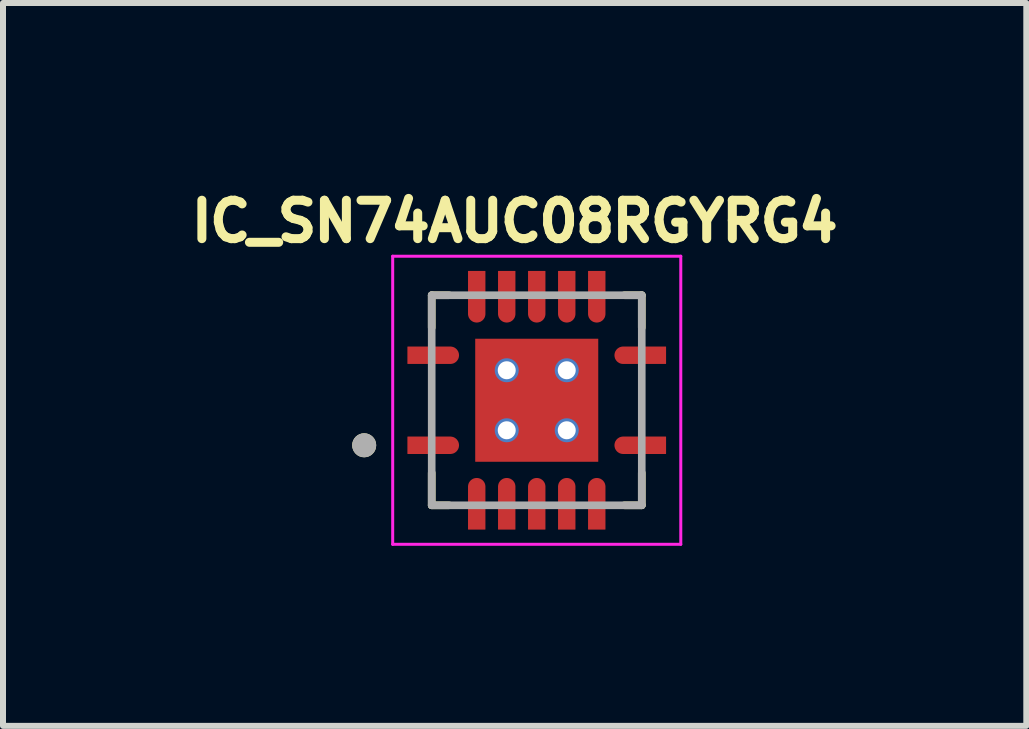
<source format=kicad_pcb>
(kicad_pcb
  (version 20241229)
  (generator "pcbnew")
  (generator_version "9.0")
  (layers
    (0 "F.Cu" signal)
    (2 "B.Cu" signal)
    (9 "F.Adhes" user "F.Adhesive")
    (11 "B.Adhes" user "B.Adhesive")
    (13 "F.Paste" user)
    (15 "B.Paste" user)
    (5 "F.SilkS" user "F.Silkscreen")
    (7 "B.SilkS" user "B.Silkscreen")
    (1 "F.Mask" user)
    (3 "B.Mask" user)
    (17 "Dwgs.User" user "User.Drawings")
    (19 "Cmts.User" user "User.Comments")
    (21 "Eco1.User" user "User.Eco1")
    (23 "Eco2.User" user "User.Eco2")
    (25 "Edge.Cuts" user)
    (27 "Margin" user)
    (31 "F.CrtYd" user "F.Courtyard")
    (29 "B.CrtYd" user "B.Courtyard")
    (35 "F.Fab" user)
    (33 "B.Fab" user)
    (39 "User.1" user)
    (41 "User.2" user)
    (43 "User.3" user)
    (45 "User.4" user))
  (footprint "IC_SN74AUC08RGYRG4"
    (layer "F.Cu")
    (at 5.893 3.619)
    (property "Reference" "IC_SN74AUC08RGYRG4" (at -0.368 -2.981 0) (layer "F.SilkS") (effects (font (size 0.64 0.64) (thickness 0.15))))
    (attr smd)
    (fp_poly (pts (xy -2.2 -0.94) (xy -2.2 -0.56) (xy -1.44 -0.56) (xy -1.43 -0.56) (xy -1.42 -0.561) (xy -1.41 -0.562) (xy -1.4 -0.564) (xy -1.391 -0.566) (xy -1.381 -0.569) (xy -1.372 -0.573) (xy -1.363 -0.576) (xy -1.354 -0.581) (xy -1.345 -0.585) (xy -1.337 -0.591) (xy -1.328 -0.596) (xy -1.32 -0.602) (xy -1.313 -0.609) (xy -1.306 -0.616) (xy -1.299 -0.623) (xy -1.292 -0.63) (xy -1.286 -0.638) (xy -1.281 -0.647) (xy -1.275 -0.655) (xy -1.271 -0.664) (xy -1.266 -0.673) (xy -1.263 -0.682) (xy -1.259 -0.691) (xy -1.256 -0.701) (xy -1.254 -0.71) (xy -1.252 -0.72) (xy -1.251 -0.73) (xy -1.25 -0.74) (xy -1.25 -0.75) (xy -1.25 -0.76) (xy -1.251 -0.77) (xy -1.252 -0.78) (xy -1.254 -0.79) (xy -1.256 -0.799) (xy -1.259 -0.809) (xy -1.263 -0.818) (xy -1.266 -0.827) (xy -1.271 -0.836) (xy -1.275 -0.845) (xy -1.281 -0.853) (xy -1.286 -0.862) (xy -1.292 -0.87) (xy -1.299 -0.877) (xy -1.306 -0.884) (xy -1.313 -0.891) (xy -1.32 -0.898) (xy -1.328 -0.904) (xy -1.337 -0.909) (xy -1.345 -0.915) (xy -1.354 -0.919) (xy -1.363 -0.924) (xy -1.372 -0.927) (xy -1.381 -0.931) (xy -1.391 -0.934) (xy -1.4 -0.936) (xy -1.41 -0.938) (xy -1.42 -0.939) (xy -1.43 -0.94) (xy -1.44 -0.94) (xy -2.2 -0.94)) (stroke (width 0.01) (type solid)) (fill yes) (layer "F.Mask"))
    (fp_poly (pts (xy -2.2 0.56) (xy -2.2 0.94) (xy -1.44 0.94) (xy -1.43 0.94) (xy -1.42 0.939) (xy -1.41 0.938) (xy -1.4 0.936) (xy -1.391 0.934) (xy -1.381 0.931) (xy -1.372 0.927) (xy -1.363 0.924) (xy -1.354 0.919) (xy -1.345 0.915) (xy -1.337 0.909) (xy -1.328 0.904) (xy -1.32 0.898) (xy -1.313 0.891) (xy -1.306 0.884) (xy -1.299 0.877) (xy -1.292 0.87) (xy -1.286 0.862) (xy -1.281 0.853) (xy -1.275 0.845) (xy -1.271 0.836) (xy -1.266 0.827) (xy -1.263 0.818) (xy -1.259 0.809) (xy -1.256 0.799) (xy -1.254 0.79) (xy -1.252 0.78) (xy -1.251 0.77) (xy -1.25 0.76) (xy -1.25 0.75) (xy -1.25 0.74) (xy -1.251 0.73) (xy -1.252 0.72) (xy -1.254 0.71) (xy -1.256 0.701) (xy -1.259 0.691) (xy -1.263 0.682) (xy -1.266 0.673) (xy -1.271 0.664) (xy -1.275 0.655) (xy -1.281 0.647) (xy -1.286 0.638) (xy -1.292 0.63) (xy -1.299 0.623) (xy -1.306 0.616) (xy -1.313 0.609) (xy -1.32 0.602) (xy -1.328 0.596) (xy -1.337 0.591) (xy -1.345 0.585) (xy -1.354 0.581) (xy -1.363 0.576) (xy -1.372 0.573) (xy -1.381 0.569) (xy -1.391 0.566) (xy -1.4 0.564) (xy -1.41 0.562) (xy -1.42 0.561) (xy -1.43 0.56) (xy -1.44 0.56) (xy -2.2 0.56)) (stroke (width 0.01) (type solid)) (fill yes) (layer "F.Mask"))
    (fp_poly (pts (xy -1.19 2.2) (xy -0.81 2.2) (xy -0.81 1.44) (xy -0.81 1.43) (xy -0.811 1.42) (xy -0.812 1.41) (xy -0.814 1.4) (xy -0.816 1.391) (xy -0.819 1.381) (xy -0.823 1.372) (xy -0.826 1.363) (xy -0.831 1.354) (xy -0.835 1.345) (xy -0.841 1.337) (xy -0.846 1.328) (xy -0.852 1.32) (xy -0.859 1.313) (xy -0.866 1.306) (xy -0.873 1.299) (xy -0.88 1.292) (xy -0.888 1.286) (xy -0.897 1.281) (xy -0.905 1.275) (xy -0.914 1.271) (xy -0.923 1.266) (xy -0.932 1.263) (xy -0.941 1.259) (xy -0.951 1.256) (xy -0.96 1.254) (xy -0.97 1.252) (xy -0.98 1.251) (xy -0.99 1.25) (xy -1 1.25) (xy -1.01 1.25) (xy -1.02 1.251) (xy -1.03 1.252) (xy -1.04 1.254) (xy -1.049 1.256) (xy -1.059 1.259) (xy -1.068 1.263) (xy -1.077 1.266) (xy -1.086 1.271) (xy -1.095 1.275) (xy -1.103 1.281) (xy -1.112 1.286) (xy -1.12 1.292) (xy -1.127 1.299) (xy -1.134 1.306) (xy -1.141 1.313) (xy -1.148 1.32) (xy -1.154 1.328) (xy -1.159 1.337) (xy -1.165 1.345) (xy -1.169 1.354) (xy -1.174 1.363) (xy -1.177 1.372) (xy -1.181 1.381) (xy -1.184 1.391) (xy -1.186 1.4) (xy -1.188 1.41) (xy -1.189 1.42) (xy -1.19 1.43) (xy -1.19 1.44) (xy -1.19 2.2)) (stroke (width 0.01) (type solid)) (fill yes) (layer "F.Mask"))
    (fp_poly (pts (xy -0.81 -2.2) (xy -1.19 -2.2) (xy -1.19 -1.44) (xy -1.19 -1.43) (xy -1.189 -1.42) (xy -1.188 -1.41) (xy -1.186 -1.4) (xy -1.184 -1.391) (xy -1.181 -1.381) (xy -1.177 -1.372) (xy -1.174 -1.363) (xy -1.169 -1.354) (xy -1.165 -1.345) (xy -1.159 -1.337) (xy -1.154 -1.328) (xy -1.148 -1.32) (xy -1.141 -1.313) (xy -1.134 -1.306) (xy -1.127 -1.299) (xy -1.12 -1.292) (xy -1.112 -1.286) (xy -1.103 -1.281) (xy -1.095 -1.275) (xy -1.086 -1.271) (xy -1.077 -1.266) (xy -1.068 -1.263) (xy -1.059 -1.259) (xy -1.049 -1.256) (xy -1.04 -1.254) (xy -1.03 -1.252) (xy -1.02 -1.251) (xy -1.01 -1.25) (xy -1 -1.25) (xy -0.99 -1.25) (xy -0.98 -1.251) (xy -0.97 -1.252) (xy -0.96 -1.254) (xy -0.951 -1.256) (xy -0.941 -1.259) (xy -0.932 -1.263) (xy -0.923 -1.266) (xy -0.914 -1.271) (xy -0.905 -1.275) (xy -0.897 -1.281) (xy -0.888 -1.286) (xy -0.88 -1.292) (xy -0.873 -1.299) (xy -0.866 -1.306) (xy -0.859 -1.313) (xy -0.852 -1.32) (xy -0.846 -1.328) (xy -0.841 -1.337) (xy -0.835 -1.345) (xy -0.831 -1.354) (xy -0.826 -1.363) (xy -0.823 -1.372) (xy -0.819 -1.381) (xy -0.816 -1.391) (xy -0.814 -1.4) (xy -0.812 -1.41) (xy -0.811 -1.42) (xy -0.81 -1.43) (xy -0.81 -1.44) (xy -0.81 -2.2)) (stroke (width 0.01) (type solid)) (fill yes) (layer "F.Mask"))
    (fp_poly (pts (xy -0.69 2.2) (xy -0.31 2.2) (xy -0.31 1.44) (xy -0.31 1.43) (xy -0.311 1.42) (xy -0.312 1.41) (xy -0.314 1.4) (xy -0.316 1.391) (xy -0.319 1.381) (xy -0.323 1.372) (xy -0.326 1.363) (xy -0.331 1.354) (xy -0.335 1.345) (xy -0.341 1.337) (xy -0.346 1.328) (xy -0.352 1.32) (xy -0.359 1.313) (xy -0.366 1.306) (xy -0.373 1.299) (xy -0.38 1.292) (xy -0.388 1.286) (xy -0.397 1.281) (xy -0.405 1.275) (xy -0.414 1.271) (xy -0.423 1.266) (xy -0.432 1.263) (xy -0.441 1.259) (xy -0.451 1.256) (xy -0.46 1.254) (xy -0.47 1.252) (xy -0.48 1.251) (xy -0.49 1.25) (xy -0.5 1.25) (xy -0.51 1.25) (xy -0.52 1.251) (xy -0.53 1.252) (xy -0.54 1.254) (xy -0.549 1.256) (xy -0.559 1.259) (xy -0.568 1.263) (xy -0.577 1.266) (xy -0.586 1.271) (xy -0.595 1.275) (xy -0.603 1.281) (xy -0.612 1.286) (xy -0.62 1.292) (xy -0.627 1.299) (xy -0.634 1.306) (xy -0.641 1.313) (xy -0.648 1.32) (xy -0.654 1.328) (xy -0.659 1.337) (xy -0.665 1.345) (xy -0.669 1.354) (xy -0.674 1.363) (xy -0.677 1.372) (xy -0.681 1.381) (xy -0.684 1.391) (xy -0.686 1.4) (xy -0.688 1.41) (xy -0.689 1.42) (xy -0.69 1.43) (xy -0.69 1.44) (xy -0.69 2.2)) (stroke (width 0.01) (type solid)) (fill yes) (layer "F.Mask"))
    (fp_poly (pts (xy -0.31 -2.2) (xy -0.69 -2.2) (xy -0.69 -1.44) (xy -0.69 -1.43) (xy -0.689 -1.42) (xy -0.688 -1.41) (xy -0.686 -1.4) (xy -0.684 -1.391) (xy -0.681 -1.381) (xy -0.677 -1.372) (xy -0.674 -1.363) (xy -0.669 -1.354) (xy -0.665 -1.345) (xy -0.659 -1.337) (xy -0.654 -1.328) (xy -0.648 -1.32) (xy -0.641 -1.313) (xy -0.634 -1.306) (xy -0.627 -1.299) (xy -0.62 -1.292) (xy -0.612 -1.286) (xy -0.603 -1.281) (xy -0.595 -1.275) (xy -0.586 -1.271) (xy -0.577 -1.266) (xy -0.568 -1.263) (xy -0.559 -1.259) (xy -0.549 -1.256) (xy -0.54 -1.254) (xy -0.53 -1.252) (xy -0.52 -1.251) (xy -0.51 -1.25) (xy -0.5 -1.25) (xy -0.49 -1.25) (xy -0.48 -1.251) (xy -0.47 -1.252) (xy -0.46 -1.254) (xy -0.451 -1.256) (xy -0.441 -1.259) (xy -0.432 -1.263) (xy -0.423 -1.266) (xy -0.414 -1.271) (xy -0.405 -1.275) (xy -0.397 -1.281) (xy -0.388 -1.286) (xy -0.38 -1.292) (xy -0.373 -1.299) (xy -0.366 -1.306) (xy -0.359 -1.313) (xy -0.352 -1.32) (xy -0.346 -1.328) (xy -0.341 -1.337) (xy -0.335 -1.345) (xy -0.331 -1.354) (xy -0.326 -1.363) (xy -0.323 -1.372) (xy -0.319 -1.381) (xy -0.316 -1.391) (xy -0.314 -1.4) (xy -0.312 -1.41) (xy -0.311 -1.42) (xy -0.31 -1.43) (xy -0.31 -1.44) (xy -0.31 -2.2)) (stroke (width 0.01) (type solid)) (fill yes) (layer "F.Mask"))
    (fp_poly (pts (xy -0.19 2.2) (xy 0.19 2.2) (xy 0.19 1.44) (xy 0.19 1.43) (xy 0.189 1.42) (xy 0.188 1.41) (xy 0.186 1.4) (xy 0.184 1.391) (xy 0.181 1.381) (xy 0.177 1.372) (xy 0.174 1.363) (xy 0.169 1.354) (xy 0.165 1.345) (xy 0.159 1.337) (xy 0.154 1.328) (xy 0.148 1.32) (xy 0.141 1.313) (xy 0.134 1.306) (xy 0.127 1.299) (xy 0.12 1.292) (xy 0.112 1.286) (xy 0.103 1.281) (xy 0.095 1.275) (xy 0.086 1.271) (xy 0.077 1.266) (xy 0.068 1.263) (xy 0.059 1.259) (xy 0.049 1.256) (xy 0.04 1.254) (xy 0.03 1.252) (xy 0.02 1.251) (xy 0.01 1.25) (xy 0 1.25) (xy -0.01 1.25) (xy -0.02 1.251) (xy -0.03 1.252) (xy -0.04 1.254) (xy -0.049 1.256) (xy -0.059 1.259) (xy -0.068 1.263) (xy -0.077 1.266) (xy -0.086 1.271) (xy -0.095 1.275) (xy -0.103 1.281) (xy -0.112 1.286) (xy -0.12 1.292) (xy -0.127 1.299) (xy -0.134 1.306) (xy -0.141 1.313) (xy -0.148 1.32) (xy -0.154 1.328) (xy -0.159 1.337) (xy -0.165 1.345) (xy -0.169 1.354) (xy -0.174 1.363) (xy -0.177 1.372) (xy -0.181 1.381) (xy -0.184 1.391) (xy -0.186 1.4) (xy -0.188 1.41) (xy -0.189 1.42) (xy -0.19 1.43) (xy -0.19 1.44) (xy -0.19 2.2)) (stroke (width 0.01) (type solid)) (fill yes) (layer "F.Mask"))
    (fp_poly (pts (xy 0.19 -2.2) (xy -0.19 -2.2) (xy -0.19 -1.44) (xy -0.19 -1.43) (xy -0.189 -1.42) (xy -0.188 -1.41) (xy -0.186 -1.4) (xy -0.184 -1.391) (xy -0.181 -1.381) (xy -0.177 -1.372) (xy -0.174 -1.363) (xy -0.169 -1.354) (xy -0.165 -1.345) (xy -0.159 -1.337) (xy -0.154 -1.328) (xy -0.148 -1.32) (xy -0.141 -1.313) (xy -0.134 -1.306) (xy -0.127 -1.299) (xy -0.12 -1.292) (xy -0.112 -1.286) (xy -0.103 -1.281) (xy -0.095 -1.275) (xy -0.086 -1.271) (xy -0.077 -1.266) (xy -0.068 -1.263) (xy -0.059 -1.259) (xy -0.049 -1.256) (xy -0.04 -1.254) (xy -0.03 -1.252) (xy -0.02 -1.251) (xy -0.01 -1.25) (xy 0 -1.25) (xy 0.01 -1.25) (xy 0.02 -1.251) (xy 0.03 -1.252) (xy 0.04 -1.254) (xy 0.049 -1.256) (xy 0.059 -1.259) (xy 0.068 -1.263) (xy 0.077 -1.266) (xy 0.086 -1.271) (xy 0.095 -1.275) (xy 0.103 -1.281) (xy 0.112 -1.286) (xy 0.12 -1.292) (xy 0.127 -1.299) (xy 0.134 -1.306) (xy 0.141 -1.313) (xy 0.148 -1.32) (xy 0.154 -1.328) (xy 0.159 -1.337) (xy 0.165 -1.345) (xy 0.169 -1.354) (xy 0.174 -1.363) (xy 0.177 -1.372) (xy 0.181 -1.381) (xy 0.184 -1.391) (xy 0.186 -1.4) (xy 0.188 -1.41) (xy 0.189 -1.42) (xy 0.19 -1.43) (xy 0.19 -1.44) (xy 0.19 -2.2)) (stroke (width 0.01) (type solid)) (fill yes) (layer "F.Mask"))
    (fp_poly (pts (xy 0.31 2.2) (xy 0.69 2.2) (xy 0.69 1.44) (xy 0.69 1.43) (xy 0.689 1.42) (xy 0.688 1.41) (xy 0.686 1.4) (xy 0.684 1.391) (xy 0.681 1.381) (xy 0.677 1.372) (xy 0.674 1.363) (xy 0.669 1.354) (xy 0.665 1.345) (xy 0.659 1.337) (xy 0.654 1.328) (xy 0.648 1.32) (xy 0.641 1.313) (xy 0.634 1.306) (xy 0.627 1.299) (xy 0.62 1.292) (xy 0.612 1.286) (xy 0.603 1.281) (xy 0.595 1.275) (xy 0.586 1.271) (xy 0.577 1.266) (xy 0.568 1.263) (xy 0.559 1.259) (xy 0.549 1.256) (xy 0.54 1.254) (xy 0.53 1.252) (xy 0.52 1.251) (xy 0.51 1.25) (xy 0.5 1.25) (xy 0.49 1.25) (xy 0.48 1.251) (xy 0.47 1.252) (xy 0.46 1.254) (xy 0.451 1.256) (xy 0.441 1.259) (xy 0.432 1.263) (xy 0.423 1.266) (xy 0.414 1.271) (xy 0.405 1.275) (xy 0.397 1.281) (xy 0.388 1.286) (xy 0.38 1.292) (xy 0.373 1.299) (xy 0.366 1.306) (xy 0.359 1.313) (xy 0.352 1.32) (xy 0.346 1.328) (xy 0.341 1.337) (xy 0.335 1.345) (xy 0.331 1.354) (xy 0.326 1.363) (xy 0.323 1.372) (xy 0.319 1.381) (xy 0.316 1.391) (xy 0.314 1.4) (xy 0.312 1.41) (xy 0.311 1.42) (xy 0.31 1.43) (xy 0.31 1.44) (xy 0.31 2.2)) (stroke (width 0.01) (type solid)) (fill yes) (layer "F.Mask"))
    (fp_poly (pts (xy 0.69 -2.2) (xy 0.31 -2.2) (xy 0.31 -1.44) (xy 0.31 -1.43) (xy 0.311 -1.42) (xy 0.312 -1.41) (xy 0.314 -1.4) (xy 0.316 -1.391) (xy 0.319 -1.381) (xy 0.323 -1.372) (xy 0.326 -1.363) (xy 0.331 -1.354) (xy 0.335 -1.345) (xy 0.341 -1.337) (xy 0.346 -1.328) (xy 0.352 -1.32) (xy 0.359 -1.313) (xy 0.366 -1.306) (xy 0.373 -1.299) (xy 0.38 -1.292) (xy 0.388 -1.286) (xy 0.397 -1.281) (xy 0.405 -1.275) (xy 0.414 -1.271) (xy 0.423 -1.266) (xy 0.432 -1.263) (xy 0.441 -1.259) (xy 0.451 -1.256) (xy 0.46 -1.254) (xy 0.47 -1.252) (xy 0.48 -1.251) (xy 0.49 -1.25) (xy 0.5 -1.25) (xy 0.51 -1.25) (xy 0.52 -1.251) (xy 0.53 -1.252) (xy 0.54 -1.254) (xy 0.549 -1.256) (xy 0.559 -1.259) (xy 0.568 -1.263) (xy 0.577 -1.266) (xy 0.586 -1.271) (xy 0.595 -1.275) (xy 0.603 -1.281) (xy 0.612 -1.286) (xy 0.62 -1.292) (xy 0.627 -1.299) (xy 0.634 -1.306) (xy 0.641 -1.313) (xy 0.648 -1.32) (xy 0.654 -1.328) (xy 0.659 -1.337) (xy 0.665 -1.345) (xy 0.669 -1.354) (xy 0.674 -1.363) (xy 0.677 -1.372) (xy 0.681 -1.381) (xy 0.684 -1.391) (xy 0.686 -1.4) (xy 0.688 -1.41) (xy 0.689 -1.42) (xy 0.69 -1.43) (xy 0.69 -1.44) (xy 0.69 -2.2)) (stroke (width 0.01) (type solid)) (fill yes) (layer "F.Mask"))
    (fp_poly (pts (xy 0.81 2.2) (xy 1.19 2.2) (xy 1.19 1.44) (xy 1.19 1.43) (xy 1.189 1.42) (xy 1.188 1.41) (xy 1.186 1.4) (xy 1.184 1.391) (xy 1.181 1.381) (xy 1.177 1.372) (xy 1.174 1.363) (xy 1.169 1.354) (xy 1.165 1.345) (xy 1.159 1.337) (xy 1.154 1.328) (xy 1.148 1.32) (xy 1.141 1.313) (xy 1.134 1.306) (xy 1.127 1.299) (xy 1.12 1.292) (xy 1.112 1.286) (xy 1.103 1.281) (xy 1.095 1.275) (xy 1.086 1.271) (xy 1.077 1.266) (xy 1.068 1.263) (xy 1.059 1.259) (xy 1.049 1.256) (xy 1.04 1.254) (xy 1.03 1.252) (xy 1.02 1.251) (xy 1.01 1.25) (xy 1 1.25) (xy 0.99 1.25) (xy 0.98 1.251) (xy 0.97 1.252) (xy 0.96 1.254) (xy 0.951 1.256) (xy 0.941 1.259) (xy 0.932 1.263) (xy 0.923 1.266) (xy 0.914 1.271) (xy 0.905 1.275) (xy 0.897 1.281) (xy 0.888 1.286) (xy 0.88 1.292) (xy 0.873 1.299) (xy 0.866 1.306) (xy 0.859 1.313) (xy 0.852 1.32) (xy 0.846 1.328) (xy 0.841 1.337) (xy 0.835 1.345) (xy 0.831 1.354) (xy 0.826 1.363) (xy 0.823 1.372) (xy 0.819 1.381) (xy 0.816 1.391) (xy 0.814 1.4) (xy 0.812 1.41) (xy 0.811 1.42) (xy 0.81 1.43) (xy 0.81 1.44) (xy 0.81 2.2)) (stroke (width 0.01) (type solid)) (fill yes) (layer "F.Mask"))
    (fp_poly (pts (xy 1.19 -2.2) (xy 0.81 -2.2) (xy 0.81 -1.44) (xy 0.81 -1.43) (xy 0.811 -1.42) (xy 0.812 -1.41) (xy 0.814 -1.4) (xy 0.816 -1.391) (xy 0.819 -1.381) (xy 0.823 -1.372) (xy 0.826 -1.363) (xy 0.831 -1.354) (xy 0.835 -1.345) (xy 0.841 -1.337) (xy 0.846 -1.328) (xy 0.852 -1.32) (xy 0.859 -1.313) (xy 0.866 -1.306) (xy 0.873 -1.299) (xy 0.88 -1.292) (xy 0.888 -1.286) (xy 0.897 -1.281) (xy 0.905 -1.275) (xy 0.914 -1.271) (xy 0.923 -1.266) (xy 0.932 -1.263) (xy 0.941 -1.259) (xy 0.951 -1.256) (xy 0.96 -1.254) (xy 0.97 -1.252) (xy 0.98 -1.251) (xy 0.99 -1.25) (xy 1 -1.25) (xy 1.01 -1.25) (xy 1.02 -1.251) (xy 1.03 -1.252) (xy 1.04 -1.254) (xy 1.049 -1.256) (xy 1.059 -1.259) (xy 1.068 -1.263) (xy 1.077 -1.266) (xy 1.086 -1.271) (xy 1.095 -1.275) (xy 1.103 -1.281) (xy 1.112 -1.286) (xy 1.12 -1.292) (xy 1.127 -1.299) (xy 1.134 -1.306) (xy 1.141 -1.313) (xy 1.148 -1.32) (xy 1.154 -1.328) (xy 1.159 -1.337) (xy 1.165 -1.345) (xy 1.169 -1.354) (xy 1.174 -1.363) (xy 1.177 -1.372) (xy 1.181 -1.381) (xy 1.184 -1.391) (xy 1.186 -1.4) (xy 1.188 -1.41) (xy 1.189 -1.42) (xy 1.19 -1.43) (xy 1.19 -1.44) (xy 1.19 -2.2)) (stroke (width 0.01) (type solid)) (fill yes) (layer "F.Mask"))
    (fp_poly (pts (xy 2.2 -0.94) (xy 2.2 -0.56) (xy 1.44 -0.56) (xy 1.43 -0.56) (xy 1.42 -0.561) (xy 1.41 -0.562) (xy 1.4 -0.564) (xy 1.391 -0.566) (xy 1.381 -0.569) (xy 1.372 -0.573) (xy 1.363 -0.576) (xy 1.354 -0.581) (xy 1.345 -0.585) (xy 1.337 -0.591) (xy 1.328 -0.596) (xy 1.32 -0.602) (xy 1.313 -0.609) (xy 1.306 -0.616) (xy 1.299 -0.623) (xy 1.292 -0.63) (xy 1.286 -0.638) (xy 1.281 -0.647) (xy 1.275 -0.655) (xy 1.271 -0.664) (xy 1.266 -0.673) (xy 1.263 -0.682) (xy 1.259 -0.691) (xy 1.256 -0.701) (xy 1.254 -0.71) (xy 1.252 -0.72) (xy 1.251 -0.73) (xy 1.25 -0.74) (xy 1.25 -0.75) (xy 1.25 -0.76) (xy 1.251 -0.77) (xy 1.252 -0.78) (xy 1.254 -0.79) (xy 1.256 -0.799) (xy 1.259 -0.809) (xy 1.263 -0.818) (xy 1.266 -0.827) (xy 1.271 -0.836) (xy 1.275 -0.845) (xy 1.281 -0.853) (xy 1.286 -0.862) (xy 1.292 -0.87) (xy 1.299 -0.877) (xy 1.306 -0.884) (xy 1.313 -0.891) (xy 1.32 -0.898) (xy 1.328 -0.904) (xy 1.337 -0.909) (xy 1.345 -0.915) (xy 1.354 -0.919) (xy 1.363 -0.924) (xy 1.372 -0.927) (xy 1.381 -0.931) (xy 1.391 -0.934) (xy 1.4 -0.936) (xy 1.41 -0.938) (xy 1.42 -0.939) (xy 1.43 -0.94) (xy 1.44 -0.94) (xy 2.2 -0.94)) (stroke (width 0.01) (type solid)) (fill yes) (layer "F.Mask"))
    (fp_poly (pts (xy 2.2 0.56) (xy 2.2 0.94) (xy 1.44 0.94) (xy 1.43 0.94) (xy 1.42 0.939) (xy 1.41 0.938) (xy 1.4 0.936) (xy 1.391 0.934) (xy 1.381 0.931) (xy 1.372 0.927) (xy 1.363 0.924) (xy 1.354 0.919) (xy 1.345 0.915) (xy 1.337 0.909) (xy 1.328 0.904) (xy 1.32 0.898) (xy 1.313 0.891) (xy 1.306 0.884) (xy 1.299 0.877) (xy 1.292 0.87) (xy 1.286 0.862) (xy 1.281 0.853) (xy 1.275 0.845) (xy 1.271 0.836) (xy 1.266 0.827) (xy 1.263 0.818) (xy 1.259 0.809) (xy 1.256 0.799) (xy 1.254 0.79) (xy 1.252 0.78) (xy 1.251 0.77) (xy 1.25 0.76) (xy 1.25 0.75) (xy 1.25 0.74) (xy 1.251 0.73) (xy 1.252 0.72) (xy 1.254 0.71) (xy 1.256 0.701) (xy 1.259 0.691) (xy 1.263 0.682) (xy 1.266 0.673) (xy 1.271 0.664) (xy 1.275 0.655) (xy 1.281 0.647) (xy 1.286 0.638) (xy 1.292 0.63) (xy 1.299 0.623) (xy 1.306 0.616) (xy 1.313 0.609) (xy 1.32 0.602) (xy 1.328 0.596) (xy 1.337 0.591) (xy 1.345 0.585) (xy 1.354 0.581) (xy 1.363 0.576) (xy 1.372 0.573) (xy 1.381 0.569) (xy 1.391 0.566) (xy 1.4 0.564) (xy 1.41 0.562) (xy 1.42 0.561) (xy 1.43 0.56) (xy 1.44 0.56) (xy 2.2 0.56)) (stroke (width 0.01) (type solid)) (fill yes) (layer "F.Mask"))
    (fp_line (start -1.75 -1.75) (end -1.46 -1.75) (stroke (width 0.127) (type solid)) (layer "F.SilkS"))
    (fp_line (start -1.75 -1.21) (end -1.75 -1.75) (stroke (width 0.127) (type solid)) (layer "F.SilkS"))
    (fp_line (start -1.75 1.75) (end -1.75 1.21) (stroke (width 0.127) (type solid)) (layer "F.SilkS"))
    (fp_line (start -1.46 1.75) (end -1.75 1.75) (stroke (width 0.127) (type solid)) (layer "F.SilkS"))
    (fp_line (start 1.46 -1.75) (end 1.75 -1.75) (stroke (width 0.127) (type solid)) (layer "F.SilkS"))
    (fp_line (start 1.75 -1.75) (end 1.75 -1.21) (stroke (width 0.127) (type solid)) (layer "F.SilkS"))
    (fp_line (start 1.75 1.75) (end 1.46 1.75) (stroke (width 0.127) (type solid)) (layer "F.SilkS"))
    (fp_line (start 1.75 1.75) (end 1.75 1.21) (stroke (width 0.127) (type solid)) (layer "F.SilkS"))
    (fp_circle (center -2.875 0.75) (end -2.775 0.75) (stroke (width 0.2) (type solid)) (fill no) (layer "F.SilkS"))
    (fp_poly (pts (xy -0.97 -0.97) (xy -0.15 -0.97) (xy -0.15 -0.15) (xy -0.97 -0.15)) (stroke (width 0.01) (type solid)) (fill yes) (layer "F.Paste"))
    (fp_poly (pts (xy -0.97 0.15) (xy -0.15 0.15) (xy -0.15 0.97) (xy -0.97 0.97)) (stroke (width 0.01) (type solid)) (fill yes) (layer "F.Paste"))
    (fp_poly (pts (xy 0.15 -0.97) (xy 0.97 -0.97) (xy 0.97 -0.15) (xy 0.15 -0.15)) (stroke (width 0.01) (type solid)) (fill yes) (layer "F.Paste"))
    (fp_poly (pts (xy 0.15 0.15) (xy 0.97 0.15) (xy 0.97 0.97) (xy 0.15 0.97)) (stroke (width 0.01) (type solid)) (fill yes) (layer "F.Paste"))
    (fp_poly (pts (xy -2.125 -0.865) (xy -2.125 -0.635) (xy -1.44 -0.635) (xy -1.434 -0.635) (xy -1.428 -0.636) (xy -1.422 -0.636) (xy -1.416 -0.638) (xy -1.41 -0.639) (xy -1.404 -0.641) (xy -1.399 -0.643) (xy -1.393 -0.645) (xy -1.388 -0.648) (xy -1.382 -0.65) (xy -1.377 -0.654) (xy -1.372 -0.657) (xy -1.368 -0.661) (xy -1.363 -0.665) (xy -1.359 -0.669) (xy -1.355 -0.673) (xy -1.351 -0.678) (xy -1.347 -0.682) (xy -1.344 -0.687) (xy -1.34 -0.693) (xy -1.338 -0.698) (xy -1.335 -0.703) (xy -1.333 -0.709) (xy -1.331 -0.714) (xy -1.329 -0.72) (xy -1.328 -0.726) (xy -1.326 -0.732) (xy -1.326 -0.738) (xy -1.325 -0.744) (xy -1.325 -0.75) (xy -1.325 -0.756) (xy -1.326 -0.762) (xy -1.326 -0.768) (xy -1.328 -0.774) (xy -1.329 -0.78) (xy -1.331 -0.786) (xy -1.333 -0.791) (xy -1.335 -0.797) (xy -1.338 -0.802) (xy -1.34 -0.807) (xy -1.344 -0.813) (xy -1.347 -0.818) (xy -1.351 -0.822) (xy -1.355 -0.827) (xy -1.359 -0.831) (xy -1.363 -0.835) (xy -1.368 -0.839) (xy -1.372 -0.843) (xy -1.377 -0.846) (xy -1.382 -0.85) (xy -1.388 -0.852) (xy -1.393 -0.855) (xy -1.399 -0.857) (xy -1.404 -0.859) (xy -1.41 -0.861) (xy -1.416 -0.862) (xy -1.422 -0.864) (xy -1.428 -0.864) (xy -1.434 -0.865) (xy -1.44 -0.865) (xy -2.125 -0.865)) (stroke (width 0.01) (type solid)) (fill yes) (layer "F.Paste"))
    (fp_poly (pts (xy -2.125 0.635) (xy -2.125 0.865) (xy -1.44 0.865) (xy -1.434 0.865) (xy -1.428 0.864) (xy -1.422 0.864) (xy -1.416 0.862) (xy -1.41 0.861) (xy -1.404 0.859) (xy -1.399 0.857) (xy -1.393 0.855) (xy -1.388 0.852) (xy -1.382 0.85) (xy -1.377 0.846) (xy -1.372 0.843) (xy -1.368 0.839) (xy -1.363 0.835) (xy -1.359 0.831) (xy -1.355 0.827) (xy -1.351 0.822) (xy -1.347 0.818) (xy -1.344 0.813) (xy -1.34 0.807) (xy -1.338 0.802) (xy -1.335 0.797) (xy -1.333 0.791) (xy -1.331 0.786) (xy -1.329 0.78) (xy -1.328 0.774) (xy -1.326 0.768) (xy -1.326 0.762) (xy -1.325 0.756) (xy -1.325 0.75) (xy -1.325 0.744) (xy -1.326 0.738) (xy -1.326 0.732) (xy -1.328 0.726) (xy -1.329 0.72) (xy -1.331 0.714) (xy -1.333 0.709) (xy -1.335 0.703) (xy -1.338 0.698) (xy -1.34 0.693) (xy -1.344 0.687) (xy -1.347 0.682) (xy -1.351 0.678) (xy -1.355 0.673) (xy -1.359 0.669) (xy -1.363 0.665) (xy -1.368 0.661) (xy -1.372 0.657) (xy -1.377 0.654) (xy -1.382 0.65) (xy -1.388 0.648) (xy -1.393 0.645) (xy -1.399 0.643) (xy -1.404 0.641) (xy -1.41 0.639) (xy -1.416 0.638) (xy -1.422 0.636) (xy -1.428 0.636) (xy -1.434 0.635) (xy -1.44 0.635) (xy -2.125 0.635)) (stroke (width 0.01) (type solid)) (fill yes) (layer "F.Paste"))
    (fp_poly (pts (xy -1.115 2.125) (xy -0.885 2.125) (xy -0.885 1.44) (xy -0.885 1.434) (xy -0.886 1.428) (xy -0.886 1.422) (xy -0.888 1.416) (xy -0.889 1.41) (xy -0.891 1.404) (xy -0.893 1.399) (xy -0.895 1.393) (xy -0.898 1.388) (xy -0.9 1.383) (xy -0.904 1.377) (xy -0.907 1.372) (xy -0.911 1.368) (xy -0.915 1.363) (xy -0.919 1.359) (xy -0.923 1.355) (xy -0.928 1.351) (xy -0.932 1.347) (xy -0.937 1.344) (xy -0.943 1.34) (xy -0.948 1.338) (xy -0.953 1.335) (xy -0.959 1.333) (xy -0.964 1.331) (xy -0.97 1.329) (xy -0.976 1.328) (xy -0.982 1.326) (xy -0.988 1.326) (xy -0.994 1.325) (xy -1 1.325) (xy -1.006 1.325) (xy -1.012 1.326) (xy -1.018 1.326) (xy -1.024 1.328) (xy -1.03 1.329) (xy -1.036 1.331) (xy -1.041 1.333) (xy -1.047 1.335) (xy -1.052 1.338) (xy -1.057 1.34) (xy -1.063 1.344) (xy -1.068 1.347) (xy -1.072 1.351) (xy -1.077 1.355) (xy -1.081 1.359) (xy -1.085 1.363) (xy -1.089 1.368) (xy -1.093 1.372) (xy -1.096 1.377) (xy -1.1 1.383) (xy -1.102 1.388) (xy -1.105 1.393) (xy -1.107 1.399) (xy -1.109 1.404) (xy -1.111 1.41) (xy -1.112 1.416) (xy -1.114 1.422) (xy -1.114 1.428) (xy -1.115 1.434) (xy -1.115 1.44) (xy -1.115 2.125)) (stroke (width 0.01) (type solid)) (fill yes) (layer "F.Paste"))
    (fp_poly (pts (xy -0.885 -2.125) (xy -1.115 -2.125) (xy -1.115 -1.44) (xy -1.115 -1.434) (xy -1.114 -1.428) (xy -1.114 -1.422) (xy -1.112 -1.416) (xy -1.111 -1.41) (xy -1.109 -1.404) (xy -1.107 -1.399) (xy -1.105 -1.393) (xy -1.102 -1.388) (xy -1.1 -1.382) (xy -1.096 -1.377) (xy -1.093 -1.372) (xy -1.089 -1.368) (xy -1.085 -1.363) (xy -1.081 -1.359) (xy -1.077 -1.355) (xy -1.072 -1.351) (xy -1.068 -1.347) (xy -1.063 -1.344) (xy -1.058 -1.34) (xy -1.052 -1.338) (xy -1.047 -1.335) (xy -1.041 -1.333) (xy -1.036 -1.331) (xy -1.03 -1.329) (xy -1.024 -1.328) (xy -1.018 -1.326) (xy -1.012 -1.326) (xy -1.006 -1.325) (xy -1 -1.325) (xy -0.994 -1.325) (xy -0.988 -1.326) (xy -0.982 -1.326) (xy -0.976 -1.328) (xy -0.97 -1.329) (xy -0.964 -1.331) (xy -0.959 -1.333) (xy -0.953 -1.335) (xy -0.948 -1.338) (xy -0.943 -1.34) (xy -0.937 -1.344) (xy -0.932 -1.347) (xy -0.928 -1.351) (xy -0.923 -1.355) (xy -0.919 -1.359) (xy -0.915 -1.363) (xy -0.911 -1.368) (xy -0.907 -1.372) (xy -0.904 -1.377) (xy -0.9 -1.383) (xy -0.898 -1.388) (xy -0.895 -1.393) (xy -0.893 -1.399) (xy -0.891 -1.404) (xy -0.889 -1.41) (xy -0.888 -1.416) (xy -0.886 -1.422) (xy -0.886 -1.428) (xy -0.885 -1.434) (xy -0.885 -1.44) (xy -0.885 -2.125)) (stroke (width 0.01) (type solid)) (fill yes) (layer "F.Paste"))
    (fp_poly (pts (xy -0.615 2.125) (xy -0.385 2.125) (xy -0.385 1.44) (xy -0.385 1.434) (xy -0.386 1.428) (xy -0.386 1.422) (xy -0.388 1.416) (xy -0.389 1.41) (xy -0.391 1.404) (xy -0.393 1.399) (xy -0.395 1.393) (xy -0.398 1.388) (xy -0.4 1.383) (xy -0.404 1.377) (xy -0.407 1.372) (xy -0.411 1.368) (xy -0.415 1.363) (xy -0.419 1.359) (xy -0.423 1.355) (xy -0.428 1.351) (xy -0.432 1.347) (xy -0.437 1.344) (xy -0.443 1.34) (xy -0.448 1.338) (xy -0.453 1.335) (xy -0.459 1.333) (xy -0.464 1.331) (xy -0.47 1.329) (xy -0.476 1.328) (xy -0.482 1.326) (xy -0.488 1.326) (xy -0.494 1.325) (xy -0.5 1.325) (xy -0.506 1.325) (xy -0.512 1.326) (xy -0.518 1.326) (xy -0.524 1.328) (xy -0.53 1.329) (xy -0.536 1.331) (xy -0.541 1.333) (xy -0.547 1.335) (xy -0.552 1.338) (xy -0.557 1.34) (xy -0.563 1.344) (xy -0.568 1.347) (xy -0.572 1.351) (xy -0.577 1.355) (xy -0.581 1.359) (xy -0.585 1.363) (xy -0.589 1.368) (xy -0.593 1.372) (xy -0.596 1.377) (xy -0.6 1.383) (xy -0.602 1.388) (xy -0.605 1.393) (xy -0.607 1.399) (xy -0.609 1.404) (xy -0.611 1.41) (xy -0.612 1.416) (xy -0.614 1.422) (xy -0.614 1.428) (xy -0.615 1.434) (xy -0.615 1.44) (xy -0.615 2.125)) (stroke (width 0.01) (type solid)) (fill yes) (layer "F.Paste"))
    (fp_poly (pts (xy -0.385 -2.125) (xy -0.615 -2.125) (xy -0.615 -1.44) (xy -0.615 -1.434) (xy -0.614 -1.428) (xy -0.614 -1.422) (xy -0.612 -1.416) (xy -0.611 -1.41) (xy -0.609 -1.404) (xy -0.607 -1.399) (xy -0.605 -1.393) (xy -0.602 -1.388) (xy -0.6 -1.382) (xy -0.596 -1.377) (xy -0.593 -1.372) (xy -0.589 -1.368) (xy -0.585 -1.363) (xy -0.581 -1.359) (xy -0.577 -1.355) (xy -0.572 -1.351) (xy -0.568 -1.347) (xy -0.563 -1.344) (xy -0.557 -1.34) (xy -0.552 -1.338) (xy -0.547 -1.335) (xy -0.541 -1.333) (xy -0.536 -1.331) (xy -0.53 -1.329) (xy -0.524 -1.328) (xy -0.518 -1.326) (xy -0.512 -1.326) (xy -0.506 -1.325) (xy -0.5 -1.325) (xy -0.494 -1.325) (xy -0.488 -1.326) (xy -0.482 -1.326) (xy -0.476 -1.328) (xy -0.47 -1.329) (xy -0.464 -1.331) (xy -0.459 -1.333) (xy -0.453 -1.335) (xy -0.448 -1.338) (xy -0.443 -1.34) (xy -0.437 -1.344) (xy -0.432 -1.347) (xy -0.428 -1.351) (xy -0.423 -1.355) (xy -0.419 -1.359) (xy -0.415 -1.363) (xy -0.411 -1.368) (xy -0.407 -1.372) (xy -0.404 -1.377) (xy -0.4 -1.383) (xy -0.398 -1.388) (xy -0.395 -1.393) (xy -0.393 -1.399) (xy -0.391 -1.404) (xy -0.389 -1.41) (xy -0.388 -1.416) (xy -0.386 -1.422) (xy -0.386 -1.428) (xy -0.385 -1.434) (xy -0.385 -1.44) (xy -0.385 -2.125)) (stroke (width 0.01) (type solid)) (fill yes) (layer "F.Paste"))
    (fp_poly (pts (xy -0.115 2.125) (xy 0.115 2.125) (xy 0.115 1.44) (xy 0.115 1.434) (xy 0.114 1.428) (xy 0.114 1.422) (xy 0.112 1.416) (xy 0.111 1.41) (xy 0.109 1.404) (xy 0.107 1.399) (xy 0.105 1.393) (xy 0.102 1.388) (xy 0.1 1.382) (xy 0.096 1.377) (xy 0.093 1.372) (xy 0.089 1.368) (xy 0.085 1.363) (xy 0.081 1.359) (xy 0.077 1.355) (xy 0.072 1.351) (xy 0.068 1.347) (xy 0.063 1.344) (xy 0.058 1.34) (xy 0.052 1.338) (xy 0.047 1.335) (xy 0.041 1.333) (xy 0.036 1.331) (xy 0.03 1.329) (xy 0.024 1.328) (xy 0.018 1.326) (xy 0.012 1.326) (xy 0.006 1.325) (xy 0 1.325) (xy -0.006 1.325) (xy -0.012 1.326) (xy -0.018 1.326) (xy -0.024 1.328) (xy -0.03 1.329) (xy -0.036 1.331) (xy -0.041 1.333) (xy -0.047 1.335) (xy -0.052 1.338) (xy -0.057 1.34) (xy -0.063 1.344) (xy -0.068 1.347) (xy -0.072 1.351) (xy -0.077 1.355) (xy -0.081 1.359) (xy -0.085 1.363) (xy -0.089 1.368) (xy -0.093 1.372) (xy -0.096 1.377) (xy -0.1 1.382) (xy -0.102 1.388) (xy -0.105 1.393) (xy -0.107 1.399) (xy -0.109 1.404) (xy -0.111 1.41) (xy -0.112 1.416) (xy -0.114 1.422) (xy -0.114 1.428) (xy -0.115 1.434) (xy -0.115 1.44) (xy -0.115 2.125)) (stroke (width 0.01) (type solid)) (fill yes) (layer "F.Paste"))
    (fp_poly (pts (xy 0.115 -2.125) (xy -0.115 -2.125) (xy -0.115 -1.44) (xy -0.115 -1.434) (xy -0.114 -1.428) (xy -0.114 -1.422) (xy -0.112 -1.416) (xy -0.111 -1.41) (xy -0.109 -1.404) (xy -0.107 -1.399) (xy -0.105 -1.393) (xy -0.102 -1.388) (xy -0.1 -1.382) (xy -0.096 -1.377) (xy -0.093 -1.372) (xy -0.089 -1.368) (xy -0.085 -1.363) (xy -0.081 -1.359) (xy -0.077 -1.355) (xy -0.072 -1.351) (xy -0.068 -1.347) (xy -0.063 -1.344) (xy -0.058 -1.34) (xy -0.052 -1.338) (xy -0.047 -1.335) (xy -0.041 -1.333) (xy -0.036 -1.331) (xy -0.03 -1.329) (xy -0.024 -1.328) (xy -0.018 -1.326) (xy -0.012 -1.326) (xy -0.006 -1.325) (xy 0 -1.325) (xy 0.006 -1.325) (xy 0.012 -1.326) (xy 0.018 -1.326) (xy 0.024 -1.328) (xy 0.03 -1.329) (xy 0.036 -1.331) (xy 0.041 -1.333) (xy 0.047 -1.335) (xy 0.052 -1.338) (xy 0.058 -1.34) (xy 0.063 -1.344) (xy 0.068 -1.347) (xy 0.072 -1.351) (xy 0.077 -1.355) (xy 0.081 -1.359) (xy 0.085 -1.363) (xy 0.089 -1.368) (xy 0.093 -1.372) (xy 0.096 -1.377) (xy 0.1 -1.382) (xy 0.102 -1.388) (xy 0.105 -1.393) (xy 0.107 -1.399) (xy 0.109 -1.404) (xy 0.111 -1.41) (xy 0.112 -1.416) (xy 0.114 -1.422) (xy 0.114 -1.428) (xy 0.115 -1.434) (xy 0.115 -1.44) (xy 0.115 -2.125)) (stroke (width 0.01) (type solid)) (fill yes) (layer "F.Paste"))
    (fp_poly (pts (xy 0.385 2.125) (xy 0.615 2.125) (xy 0.615 1.44) (xy 0.615 1.434) (xy 0.614 1.428) (xy 0.614 1.422) (xy 0.612 1.416) (xy 0.611 1.41) (xy 0.609 1.404) (xy 0.607 1.399) (xy 0.605 1.393) (xy 0.602 1.388) (xy 0.6 1.383) (xy 0.596 1.377) (xy 0.593 1.372) (xy 0.589 1.368) (xy 0.585 1.363) (xy 0.581 1.359) (xy 0.577 1.355) (xy 0.572 1.351) (xy 0.568 1.347) (xy 0.563 1.344) (xy 0.557 1.34) (xy 0.552 1.338) (xy 0.547 1.335) (xy 0.541 1.333) (xy 0.536 1.331) (xy 0.53 1.329) (xy 0.524 1.328) (xy 0.518 1.326) (xy 0.512 1.326) (xy 0.506 1.325) (xy 0.5 1.325) (xy 0.494 1.325) (xy 0.488 1.326) (xy 0.482 1.326) (xy 0.476 1.328) (xy 0.47 1.329) (xy 0.464 1.331) (xy 0.459 1.333) (xy 0.453 1.335) (xy 0.448 1.338) (xy 0.443 1.34) (xy 0.437 1.344) (xy 0.432 1.347) (xy 0.428 1.351) (xy 0.423 1.355) (xy 0.419 1.359) (xy 0.415 1.363) (xy 0.411 1.368) (xy 0.407 1.372) (xy 0.404 1.377) (xy 0.4 1.383) (xy 0.398 1.388) (xy 0.395 1.393) (xy 0.393 1.399) (xy 0.391 1.404) (xy 0.389 1.41) (xy 0.388 1.416) (xy 0.386 1.422) (xy 0.386 1.428) (xy 0.385 1.434) (xy 0.385 1.44) (xy 0.385 2.125)) (stroke (width 0.01) (type solid)) (fill yes) (layer "F.Paste"))
    (fp_poly (pts (xy 0.615 -2.125) (xy 0.385 -2.125) (xy 0.385 -1.44) (xy 0.385 -1.434) (xy 0.386 -1.428) (xy 0.386 -1.422) (xy 0.388 -1.416) (xy 0.389 -1.41) (xy 0.391 -1.404) (xy 0.393 -1.399) (xy 0.395 -1.393) (xy 0.398 -1.388) (xy 0.4 -1.382) (xy 0.404 -1.377) (xy 0.407 -1.372) (xy 0.411 -1.368) (xy 0.415 -1.363) (xy 0.419 -1.359) (xy 0.423 -1.355) (xy 0.428 -1.351) (xy 0.432 -1.347) (xy 0.437 -1.344) (xy 0.442 -1.34) (xy 0.448 -1.338) (xy 0.453 -1.335) (xy 0.459 -1.333) (xy 0.464 -1.331) (xy 0.47 -1.329) (xy 0.476 -1.328) (xy 0.482 -1.326) (xy 0.488 -1.326) (xy 0.494 -1.325) (xy 0.5 -1.325) (xy 0.506 -1.325) (xy 0.512 -1.326) (xy 0.518 -1.326) (xy 0.524 -1.328) (xy 0.53 -1.329) (xy 0.536 -1.331) (xy 0.541 -1.333) (xy 0.547 -1.335) (xy 0.552 -1.338) (xy 0.557 -1.34) (xy 0.563 -1.344) (xy 0.568 -1.347) (xy 0.572 -1.351) (xy 0.577 -1.355) (xy 0.581 -1.359) (xy 0.585 -1.363) (xy 0.589 -1.368) (xy 0.593 -1.372) (xy 0.596 -1.377) (xy 0.6 -1.383) (xy 0.602 -1.388) (xy 0.605 -1.393) (xy 0.607 -1.399) (xy 0.609 -1.404) (xy 0.611 -1.41) (xy 0.612 -1.416) (xy 0.614 -1.422) (xy 0.614 -1.428) (xy 0.615 -1.434) (xy 0.615 -1.44) (xy 0.615 -2.125)) (stroke (width 0.01) (type solid)) (fill yes) (layer "F.Paste"))
    (fp_poly (pts (xy 0.885 2.125) (xy 1.115 2.125) (xy 1.115 1.44) (xy 1.115 1.434) (xy 1.114 1.428) (xy 1.114 1.422) (xy 1.112 1.416) (xy 1.111 1.41) (xy 1.109 1.404) (xy 1.107 1.399) (xy 1.105 1.393) (xy 1.102 1.388) (xy 1.1 1.383) (xy 1.096 1.377) (xy 1.093 1.372) (xy 1.089 1.368) (xy 1.085 1.363) (xy 1.081 1.359) (xy 1.077 1.355) (xy 1.072 1.351) (xy 1.068 1.347) (xy 1.063 1.344) (xy 1.058 1.34) (xy 1.052 1.338) (xy 1.047 1.335) (xy 1.041 1.333) (xy 1.036 1.331) (xy 1.03 1.329) (xy 1.024 1.328) (xy 1.018 1.326) (xy 1.012 1.326) (xy 1.006 1.325) (xy 1 1.325) (xy 0.994 1.325) (xy 0.988 1.326) (xy 0.982 1.326) (xy 0.976 1.328) (xy 0.97 1.329) (xy 0.964 1.331) (xy 0.959 1.333) (xy 0.953 1.335) (xy 0.948 1.338) (xy 0.943 1.34) (xy 0.937 1.344) (xy 0.932 1.347) (xy 0.928 1.351) (xy 0.923 1.355) (xy 0.919 1.359) (xy 0.915 1.363) (xy 0.911 1.368) (xy 0.907 1.372) (xy 0.904 1.377) (xy 0.9 1.383) (xy 0.898 1.388) (xy 0.895 1.393) (xy 0.893 1.399) (xy 0.891 1.404) (xy 0.889 1.41) (xy 0.888 1.416) (xy 0.886 1.422) (xy 0.886 1.428) (xy 0.885 1.434) (xy 0.885 1.44) (xy 0.885 2.125)) (stroke (width 0.01) (type solid)) (fill yes) (layer "F.Paste"))
    (fp_poly (pts (xy 1.115 -2.125) (xy 0.885 -2.125) (xy 0.885 -1.44) (xy 0.885 -1.434) (xy 0.886 -1.428) (xy 0.886 -1.422) (xy 0.888 -1.416) (xy 0.889 -1.41) (xy 0.891 -1.404) (xy 0.893 -1.399) (xy 0.895 -1.393) (xy 0.898 -1.388) (xy 0.9 -1.382) (xy 0.904 -1.377) (xy 0.907 -1.372) (xy 0.911 -1.368) (xy 0.915 -1.363) (xy 0.919 -1.359) (xy 0.923 -1.355) (xy 0.928 -1.351) (xy 0.932 -1.347) (xy 0.937 -1.344) (xy 0.943 -1.34) (xy 0.948 -1.338) (xy 0.953 -1.335) (xy 0.959 -1.333) (xy 0.964 -1.331) (xy 0.97 -1.329) (xy 0.976 -1.328) (xy 0.982 -1.326) (xy 0.988 -1.326) (xy 0.994 -1.325) (xy 1 -1.325) (xy 1.006 -1.325) (xy 1.012 -1.326) (xy 1.018 -1.326) (xy 1.024 -1.328) (xy 1.03 -1.329) (xy 1.036 -1.331) (xy 1.041 -1.333) (xy 1.047 -1.335) (xy 1.052 -1.338) (xy 1.058 -1.34) (xy 1.063 -1.344) (xy 1.068 -1.347) (xy 1.072 -1.351) (xy 1.077 -1.355) (xy 1.081 -1.359) (xy 1.085 -1.363) (xy 1.089 -1.368) (xy 1.093 -1.372) (xy 1.096 -1.377) (xy 1.1 -1.383) (xy 1.102 -1.388) (xy 1.105 -1.393) (xy 1.107 -1.399) (xy 1.109 -1.404) (xy 1.111 -1.41) (xy 1.112 -1.416) (xy 1.114 -1.422) (xy 1.114 -1.428) (xy 1.115 -1.434) (xy 1.115 -1.44) (xy 1.115 -2.125)) (stroke (width 0.01) (type solid)) (fill yes) (layer "F.Paste"))
    (fp_poly (pts (xy 2.125 -0.865) (xy 2.125 -0.635) (xy 1.44 -0.635) (xy 1.434 -0.635) (xy 1.428 -0.636) (xy 1.422 -0.636) (xy 1.416 -0.638) (xy 1.41 -0.639) (xy 1.404 -0.641) (xy 1.399 -0.643) (xy 1.393 -0.645) (xy 1.388 -0.648) (xy 1.382 -0.65) (xy 1.377 -0.654) (xy 1.372 -0.657) (xy 1.368 -0.661) (xy 1.363 -0.665) (xy 1.359 -0.669) (xy 1.355 -0.673) (xy 1.351 -0.678) (xy 1.347 -0.682) (xy 1.344 -0.687) (xy 1.34 -0.693) (xy 1.338 -0.698) (xy 1.335 -0.703) (xy 1.333 -0.709) (xy 1.331 -0.714) (xy 1.329 -0.72) (xy 1.328 -0.726) (xy 1.326 -0.732) (xy 1.326 -0.738) (xy 1.325 -0.744) (xy 1.325 -0.75) (xy 1.325 -0.756) (xy 1.326 -0.762) (xy 1.326 -0.768) (xy 1.328 -0.774) (xy 1.329 -0.78) (xy 1.331 -0.786) (xy 1.333 -0.791) (xy 1.335 -0.797) (xy 1.338 -0.802) (xy 1.34 -0.807) (xy 1.344 -0.813) (xy 1.347 -0.818) (xy 1.351 -0.822) (xy 1.355 -0.827) (xy 1.359 -0.831) (xy 1.363 -0.835) (xy 1.368 -0.839) (xy 1.372 -0.843) (xy 1.377 -0.846) (xy 1.383 -0.85) (xy 1.388 -0.852) (xy 1.393 -0.855) (xy 1.399 -0.857) (xy 1.404 -0.859) (xy 1.41 -0.861) (xy 1.416 -0.862) (xy 1.422 -0.864) (xy 1.428 -0.864) (xy 1.434 -0.865) (xy 1.44 -0.865) (xy 2.125 -0.865)) (stroke (width 0.01) (type solid)) (fill yes) (layer "F.Paste"))
    (fp_poly (pts (xy 2.125 0.635) (xy 2.125 0.865) (xy 1.44 0.865) (xy 1.434 0.865) (xy 1.428 0.864) (xy 1.422 0.864) (xy 1.416 0.862) (xy 1.41 0.861) (xy 1.404 0.859) (xy 1.399 0.857) (xy 1.393 0.855) (xy 1.388 0.852) (xy 1.382 0.85) (xy 1.377 0.846) (xy 1.372 0.843) (xy 1.368 0.839) (xy 1.363 0.835) (xy 1.359 0.831) (xy 1.355 0.827) (xy 1.351 0.822) (xy 1.347 0.818) (xy 1.344 0.813) (xy 1.34 0.807) (xy 1.338 0.802) (xy 1.335 0.797) (xy 1.333 0.791) (xy 1.331 0.786) (xy 1.329 0.78) (xy 1.328 0.774) (xy 1.326 0.768) (xy 1.326 0.762) (xy 1.325 0.756) (xy 1.325 0.75) (xy 1.325 0.744) (xy 1.326 0.738) (xy 1.326 0.732) (xy 1.328 0.726) (xy 1.329 0.72) (xy 1.331 0.714) (xy 1.333 0.709) (xy 1.335 0.703) (xy 1.338 0.698) (xy 1.34 0.693) (xy 1.344 0.687) (xy 1.347 0.682) (xy 1.351 0.678) (xy 1.355 0.673) (xy 1.359 0.669) (xy 1.363 0.665) (xy 1.368 0.661) (xy 1.372 0.657) (xy 1.377 0.654) (xy 1.383 0.65) (xy 1.388 0.648) (xy 1.393 0.645) (xy 1.399 0.643) (xy 1.404 0.641) (xy 1.41 0.639) (xy 1.416 0.638) (xy 1.422 0.636) (xy 1.428 0.636) (xy 1.434 0.635) (xy 1.44 0.635) (xy 2.125 0.635)) (stroke (width 0.01) (type solid)) (fill yes) (layer "F.Paste"))
    (fp_line (start -2.4 -2.4) (end -2.4 2.4) (stroke (width 0.05) (type solid)) (layer "F.CrtYd"))
    (fp_line (start -2.4 2.4) (end 2.4 2.4) (stroke (width 0.05) (type solid)) (layer "F.CrtYd"))
    (fp_line (start 2.4 -2.4) (end -2.4 -2.4) (stroke (width 0.05) (type solid)) (layer "F.CrtYd"))
    (fp_line (start 2.4 2.4) (end 2.4 -2.4) (stroke (width 0.05) (type solid)) (layer "F.CrtYd"))
    (fp_line (start -1.75 -1.75) (end 1.75 -1.75) (stroke (width 0.127) (type solid)) (layer "F.Fab"))
    (fp_line (start -1.75 1.75) (end -1.75 -1.75) (stroke (width 0.127) (type solid)) (layer "F.Fab"))
    (fp_line (start 1.75 -1.75) (end 1.75 1.75) (stroke (width 0.127) (type solid)) (layer "F.Fab"))
    (fp_line (start 1.75 1.75) (end -1.75 1.75) (stroke (width 0.127) (type solid)) (layer "F.Fab"))
    (fp_circle (center -2.875 0.75) (end -2.775 0.75) (stroke (width 0.2) (type solid)) (fill no) (layer "F.Fab"))
    (pad "1" smd custom (at -1.725 0.75) (size 0.1 0.1) (layers "F.Cu") (options (anchor rect)) (primitives (gr_poly (pts (xy -0.425 -0.14) (xy -0.425 0.14) (xy 0.285 0.14) (xy 0.292 0.14) (xy 0.3 0.139) (xy 0.307 0.138) (xy 0.314 0.137) (xy 0.321 0.135) (xy 0.328 0.133) (xy 0.335 0.131) (xy 0.342 0.128) (xy 0.349 0.125) (xy 0.355 0.121) (xy 0.361 0.117) (xy 0.367 0.113) (xy 0.373 0.109) (xy 0.379 0.104) (xy 0.384 0.099) (xy 0.389 0.094) (xy 0.394 0.088) (xy 0.398 0.082) (xy 0.402 0.076) (xy 0.406 0.07) (xy 0.41 0.064) (xy 0.413 0.057) (xy 0.416 0.05) (xy 0.418 0.043) (xy 0.42 0.036) (xy 0.422 0.029) (xy 0.423 0.022) (xy 0.424 0.015) (xy 0.425 0.007) (xy 0.425 0) (xy 0.425 -0.007) (xy 0.424 -0.015) (xy 0.423 -0.022) (xy 0.422 -0.029) (xy 0.42 -0.036) (xy 0.418 -0.043) (xy 0.416 -0.05) (xy 0.413 -0.057) (xy 0.41 -0.064) (xy 0.406 -0.07) (xy 0.402 -0.076) (xy 0.398 -0.082) (xy 0.394 -0.088) (xy 0.389 -0.094) (xy 0.384 -0.099) (xy 0.379 -0.104) (xy 0.373 -0.109) (xy 0.367 -0.113) (xy 0.361 -0.117) (xy 0.355 -0.121) (xy 0.349 -0.125) (xy 0.342 -0.128) (xy 0.335 -0.131) (xy 0.328 -0.133) (xy 0.321 -0.135) (xy 0.314 -0.137) (xy 0.307 -0.138) (xy 0.3 -0.139) (xy 0.292 -0.14) (xy 0.285 -0.14) (xy -0.425 -0.14)) (width 0.01) (fill yes))))
    (pad "2" smd custom (at -1 1.725) (size 0.1 0.1) (layers "F.Cu") (options (anchor rect)) (primitives (gr_poly (pts (xy -0.14 0.425) (xy 0.14 0.425) (xy 0.14 -0.285) (xy 0.14 -0.292) (xy 0.139 -0.3) (xy 0.138 -0.307) (xy 0.137 -0.314) (xy 0.135 -0.321) (xy 0.133 -0.328) (xy 0.131 -0.335) (xy 0.128 -0.342) (xy 0.125 -0.349) (xy 0.121 -0.355) (xy 0.117 -0.361) (xy 0.113 -0.367) (xy 0.109 -0.373) (xy 0.104 -0.379) (xy 0.099 -0.384) (xy 0.094 -0.389) (xy 0.088 -0.394) (xy 0.082 -0.398) (xy 0.076 -0.402) (xy 0.07 -0.406) (xy 0.064 -0.41) (xy 0.057 -0.413) (xy 0.05 -0.416) (xy 0.043 -0.418) (xy 0.036 -0.42) (xy 0.029 -0.422) (xy 0.022 -0.423) (xy 0.015 -0.424) (xy 0.007 -0.425) (xy 0 -0.425) (xy -0.007 -0.425) (xy -0.015 -0.424) (xy -0.022 -0.423) (xy -0.029 -0.422) (xy -0.036 -0.42) (xy -0.043 -0.418) (xy -0.05 -0.416) (xy -0.057 -0.413) (xy -0.064 -0.41) (xy -0.07 -0.406) (xy -0.076 -0.402) (xy -0.082 -0.398) (xy -0.088 -0.394) (xy -0.094 -0.389) (xy -0.099 -0.384) (xy -0.104 -0.379) (xy -0.109 -0.373) (xy -0.113 -0.367) (xy -0.117 -0.361) (xy -0.121 -0.355) (xy -0.125 -0.349) (xy -0.128 -0.342) (xy -0.131 -0.335) (xy -0.133 -0.328) (xy -0.135 -0.321) (xy -0.137 -0.314) (xy -0.138 -0.307) (xy -0.139 -0.3) (xy -0.14 -0.292) (xy -0.14 -0.285) (xy -0.14 0.425)) (width 0.01) (fill yes))))
    (pad "3" smd custom (at -0.5 1.725) (size 0.1 0.1) (layers "F.Cu") (options (anchor rect)) (primitives (gr_poly (pts (xy -0.14 0.425) (xy 0.14 0.425) (xy 0.14 -0.285) (xy 0.14 -0.292) (xy 0.139 -0.3) (xy 0.138 -0.307) (xy 0.137 -0.314) (xy 0.135 -0.321) (xy 0.133 -0.328) (xy 0.131 -0.335) (xy 0.128 -0.342) (xy 0.125 -0.349) (xy 0.121 -0.355) (xy 0.117 -0.361) (xy 0.113 -0.367) (xy 0.109 -0.373) (xy 0.104 -0.379) (xy 0.099 -0.384) (xy 0.094 -0.389) (xy 0.088 -0.394) (xy 0.082 -0.398) (xy 0.076 -0.402) (xy 0.07 -0.406) (xy 0.064 -0.41) (xy 0.057 -0.413) (xy 0.05 -0.416) (xy 0.043 -0.418) (xy 0.036 -0.42) (xy 0.029 -0.422) (xy 0.022 -0.423) (xy 0.015 -0.424) (xy 0.007 -0.425) (xy 0 -0.425) (xy -0.007 -0.425) (xy -0.015 -0.424) (xy -0.022 -0.423) (xy -0.029 -0.422) (xy -0.036 -0.42) (xy -0.043 -0.418) (xy -0.05 -0.416) (xy -0.057 -0.413) (xy -0.064 -0.41) (xy -0.07 -0.406) (xy -0.076 -0.402) (xy -0.082 -0.398) (xy -0.088 -0.394) (xy -0.094 -0.389) (xy -0.099 -0.384) (xy -0.104 -0.379) (xy -0.109 -0.373) (xy -0.113 -0.367) (xy -0.117 -0.361) (xy -0.121 -0.355) (xy -0.125 -0.349) (xy -0.128 -0.342) (xy -0.131 -0.335) (xy -0.133 -0.328) (xy -0.135 -0.321) (xy -0.137 -0.314) (xy -0.138 -0.307) (xy -0.139 -0.3) (xy -0.14 -0.292) (xy -0.14 -0.285) (xy -0.14 0.425)) (width 0.01) (fill yes))))
    (pad "4" smd custom (at 0 1.725) (size 0.1 0.1) (layers "F.Cu") (options (anchor rect)) (primitives (gr_poly (pts (xy -0.14 0.425) (xy 0.14 0.425) (xy 0.14 -0.285) (xy 0.14 -0.292) (xy 0.139 -0.3) (xy 0.138 -0.307) (xy 0.137 -0.314) (xy 0.135 -0.321) (xy 0.133 -0.328) (xy 0.131 -0.335) (xy 0.128 -0.342) (xy 0.125 -0.349) (xy 0.121 -0.355) (xy 0.117 -0.361) (xy 0.113 -0.367) (xy 0.109 -0.373) (xy 0.104 -0.379) (xy 0.099 -0.384) (xy 0.094 -0.389) (xy 0.088 -0.394) (xy 0.082 -0.398) (xy 0.076 -0.402) (xy 0.07 -0.406) (xy 0.064 -0.41) (xy 0.057 -0.413) (xy 0.05 -0.416) (xy 0.043 -0.418) (xy 0.036 -0.42) (xy 0.029 -0.422) (xy 0.022 -0.423) (xy 0.015 -0.424) (xy 0.007 -0.425) (xy 0 -0.425) (xy -0.007 -0.425) (xy -0.015 -0.424) (xy -0.022 -0.423) (xy -0.029 -0.422) (xy -0.036 -0.42) (xy -0.043 -0.418) (xy -0.05 -0.416) (xy -0.057 -0.413) (xy -0.064 -0.41) (xy -0.07 -0.406) (xy -0.076 -0.402) (xy -0.082 -0.398) (xy -0.088 -0.394) (xy -0.094 -0.389) (xy -0.099 -0.384) (xy -0.104 -0.379) (xy -0.109 -0.373) (xy -0.113 -0.367) (xy -0.117 -0.361) (xy -0.121 -0.355) (xy -0.125 -0.349) (xy -0.128 -0.342) (xy -0.131 -0.335) (xy -0.133 -0.328) (xy -0.135 -0.321) (xy -0.137 -0.314) (xy -0.138 -0.307) (xy -0.139 -0.3) (xy -0.14 -0.292) (xy -0.14 -0.285) (xy -0.14 0.425)) (width 0.01) (fill yes))))
    (pad "5" smd custom (at 0.5 1.725) (size 0.1 0.1) (layers "F.Cu") (options (anchor rect)) (primitives (gr_poly (pts (xy -0.14 0.425) (xy 0.14 0.425) (xy 0.14 -0.285) (xy 0.14 -0.292) (xy 0.139 -0.3) (xy 0.138 -0.307) (xy 0.137 -0.314) (xy 0.135 -0.321) (xy 0.133 -0.328) (xy 0.131 -0.335) (xy 0.128 -0.342) (xy 0.125 -0.349) (xy 0.121 -0.355) (xy 0.117 -0.361) (xy 0.113 -0.367) (xy 0.109 -0.373) (xy 0.104 -0.379) (xy 0.099 -0.384) (xy 0.094 -0.389) (xy 0.088 -0.394) (xy 0.082 -0.398) (xy 0.076 -0.402) (xy 0.07 -0.406) (xy 0.064 -0.41) (xy 0.057 -0.413) (xy 0.05 -0.416) (xy 0.043 -0.418) (xy 0.036 -0.42) (xy 0.029 -0.422) (xy 0.022 -0.423) (xy 0.015 -0.424) (xy 0.007 -0.425) (xy 0 -0.425) (xy -0.007 -0.425) (xy -0.015 -0.424) (xy -0.022 -0.423) (xy -0.029 -0.422) (xy -0.036 -0.42) (xy -0.043 -0.418) (xy -0.05 -0.416) (xy -0.057 -0.413) (xy -0.064 -0.41) (xy -0.07 -0.406) (xy -0.076 -0.402) (xy -0.082 -0.398) (xy -0.088 -0.394) (xy -0.094 -0.389) (xy -0.099 -0.384) (xy -0.104 -0.379) (xy -0.109 -0.373) (xy -0.113 -0.367) (xy -0.117 -0.361) (xy -0.121 -0.355) (xy -0.125 -0.349) (xy -0.128 -0.342) (xy -0.131 -0.335) (xy -0.133 -0.328) (xy -0.135 -0.321) (xy -0.137 -0.314) (xy -0.138 -0.307) (xy -0.139 -0.3) (xy -0.14 -0.292) (xy -0.14 -0.285) (xy -0.14 0.425)) (width 0.01) (fill yes))))
    (pad "6" smd custom (at 1 1.725) (size 0.1 0.1) (layers "F.Cu") (options (anchor rect)) (primitives (gr_poly (pts (xy -0.14 0.425) (xy 0.14 0.425) (xy 0.14 -0.285) (xy 0.14 -0.292) (xy 0.139 -0.3) (xy 0.138 -0.307) (xy 0.137 -0.314) (xy 0.135 -0.321) (xy 0.133 -0.328) (xy 0.131 -0.335) (xy 0.128 -0.342) (xy 0.125 -0.349) (xy 0.121 -0.355) (xy 0.117 -0.361) (xy 0.113 -0.367) (xy 0.109 -0.373) (xy 0.104 -0.379) (xy 0.099 -0.384) (xy 0.094 -0.389) (xy 0.088 -0.394) (xy 0.082 -0.398) (xy 0.076 -0.402) (xy 0.07 -0.406) (xy 0.064 -0.41) (xy 0.057 -0.413) (xy 0.05 -0.416) (xy 0.043 -0.418) (xy 0.036 -0.42) (xy 0.029 -0.422) (xy 0.022 -0.423) (xy 0.015 -0.424) (xy 0.007 -0.425) (xy 0 -0.425) (xy -0.007 -0.425) (xy -0.015 -0.424) (xy -0.022 -0.423) (xy -0.029 -0.422) (xy -0.036 -0.42) (xy -0.043 -0.418) (xy -0.05 -0.416) (xy -0.057 -0.413) (xy -0.064 -0.41) (xy -0.07 -0.406) (xy -0.076 -0.402) (xy -0.082 -0.398) (xy -0.088 -0.394) (xy -0.094 -0.389) (xy -0.099 -0.384) (xy -0.104 -0.379) (xy -0.109 -0.373) (xy -0.113 -0.367) (xy -0.117 -0.361) (xy -0.121 -0.355) (xy -0.125 -0.349) (xy -0.128 -0.342) (xy -0.131 -0.335) (xy -0.133 -0.328) (xy -0.135 -0.321) (xy -0.137 -0.314) (xy -0.138 -0.307) (xy -0.139 -0.3) (xy -0.14 -0.292) (xy -0.14 -0.285) (xy -0.14 0.425)) (width 0.01) (fill yes))))
    (pad "7" smd custom (at 1.725 0.75) (size 0.1 0.1) (layers "F.Cu") (options (anchor rect)) (primitives (gr_poly (pts (xy 0.425 -0.14) (xy 0.425 0.14) (xy -0.285 0.14) (xy -0.292 0.14) (xy -0.3 0.139) (xy -0.307 0.138) (xy -0.314 0.137) (xy -0.321 0.135) (xy -0.328 0.133) (xy -0.335 0.131) (xy -0.342 0.128) (xy -0.349 0.125) (xy -0.355 0.121) (xy -0.361 0.117) (xy -0.367 0.113) (xy -0.373 0.109) (xy -0.379 0.104) (xy -0.384 0.099) (xy -0.389 0.094) (xy -0.394 0.088) (xy -0.398 0.082) (xy -0.402 0.076) (xy -0.406 0.07) (xy -0.41 0.064) (xy -0.413 0.057) (xy -0.416 0.05) (xy -0.418 0.043) (xy -0.42 0.036) (xy -0.422 0.029) (xy -0.423 0.022) (xy -0.424 0.015) (xy -0.425 0.007) (xy -0.425 0) (xy -0.425 -0.007) (xy -0.424 -0.015) (xy -0.423 -0.022) (xy -0.422 -0.029) (xy -0.42 -0.036) (xy -0.418 -0.043) (xy -0.416 -0.05) (xy -0.413 -0.057) (xy -0.41 -0.064) (xy -0.406 -0.07) (xy -0.402 -0.076) (xy -0.398 -0.082) (xy -0.394 -0.088) (xy -0.389 -0.094) (xy -0.384 -0.099) (xy -0.379 -0.104) (xy -0.373 -0.109) (xy -0.367 -0.113) (xy -0.361 -0.117) (xy -0.355 -0.121) (xy -0.349 -0.125) (xy -0.342 -0.128) (xy -0.335 -0.131) (xy -0.328 -0.133) (xy -0.321 -0.135) (xy -0.314 -0.137) (xy -0.307 -0.138) (xy -0.3 -0.139) (xy -0.292 -0.14) (xy -0.285 -0.14) (xy 0.425 -0.14)) (width 0.01) (fill yes))))
    (pad "8" smd custom (at 1.725 -0.75) (size 0.1 0.1) (layers "F.Cu") (options (anchor rect)) (primitives (gr_poly (pts (xy 0.425 -0.14) (xy 0.425 0.14) (xy -0.285 0.14) (xy -0.292 0.14) (xy -0.3 0.139) (xy -0.307 0.138) (xy -0.314 0.137) (xy -0.321 0.135) (xy -0.328 0.133) (xy -0.335 0.131) (xy -0.342 0.128) (xy -0.349 0.125) (xy -0.355 0.121) (xy -0.361 0.117) (xy -0.367 0.113) (xy -0.373 0.109) (xy -0.379 0.104) (xy -0.384 0.099) (xy -0.389 0.094) (xy -0.394 0.088) (xy -0.398 0.082) (xy -0.402 0.076) (xy -0.406 0.07) (xy -0.41 0.064) (xy -0.413 0.057) (xy -0.416 0.05) (xy -0.418 0.043) (xy -0.42 0.036) (xy -0.422 0.029) (xy -0.423 0.022) (xy -0.424 0.015) (xy -0.425 0.007) (xy -0.425 0) (xy -0.425 -0.007) (xy -0.424 -0.015) (xy -0.423 -0.022) (xy -0.422 -0.029) (xy -0.42 -0.036) (xy -0.418 -0.043) (xy -0.416 -0.05) (xy -0.413 -0.057) (xy -0.41 -0.064) (xy -0.406 -0.07) (xy -0.402 -0.076) (xy -0.398 -0.082) (xy -0.394 -0.088) (xy -0.389 -0.094) (xy -0.384 -0.099) (xy -0.379 -0.104) (xy -0.373 -0.109) (xy -0.367 -0.113) (xy -0.361 -0.117) (xy -0.355 -0.121) (xy -0.349 -0.125) (xy -0.342 -0.128) (xy -0.335 -0.131) (xy -0.328 -0.133) (xy -0.321 -0.135) (xy -0.314 -0.137) (xy -0.307 -0.138) (xy -0.3 -0.139) (xy -0.292 -0.14) (xy -0.285 -0.14) (xy 0.425 -0.14)) (width 0.01) (fill yes))))
    (pad "9" smd custom (at 1 -1.725) (size 0.1 0.1) (layers "F.Cu") (options (anchor rect)) (primitives (gr_poly (pts (xy 0.14 -0.425) (xy -0.14 -0.425) (xy -0.14 0.285) (xy -0.14 0.292) (xy -0.139 0.3) (xy -0.138 0.307) (xy -0.137 0.314) (xy -0.135 0.321) (xy -0.133 0.328) (xy -0.131 0.335) (xy -0.128 0.342) (xy -0.125 0.349) (xy -0.121 0.355) (xy -0.117 0.361) (xy -0.113 0.367) (xy -0.109 0.373) (xy -0.104 0.379) (xy -0.099 0.384) (xy -0.094 0.389) (xy -0.088 0.394) (xy -0.082 0.398) (xy -0.076 0.402) (xy -0.07 0.406) (xy -0.064 0.41) (xy -0.057 0.413) (xy -0.05 0.416) (xy -0.043 0.418) (xy -0.036 0.42) (xy -0.029 0.422) (xy -0.022 0.423) (xy -0.015 0.424) (xy -0.007 0.425) (xy 0 0.425) (xy 0.007 0.425) (xy 0.015 0.424) (xy 0.022 0.423) (xy 0.029 0.422) (xy 0.036 0.42) (xy 0.043 0.418) (xy 0.05 0.416) (xy 0.057 0.413) (xy 0.064 0.41) (xy 0.07 0.406) (xy 0.076 0.402) (xy 0.082 0.398) (xy 0.088 0.394) (xy 0.094 0.389) (xy 0.099 0.384) (xy 0.104 0.379) (xy 0.109 0.373) (xy 0.113 0.367) (xy 0.117 0.361) (xy 0.121 0.355) (xy 0.125 0.349) (xy 0.128 0.342) (xy 0.131 0.335) (xy 0.133 0.328) (xy 0.135 0.321) (xy 0.137 0.314) (xy 0.138 0.307) (xy 0.139 0.3) (xy 0.14 0.292) (xy 0.14 0.285) (xy 0.14 -0.425)) (width 0.01) (fill yes))))
    (pad "10" smd custom (at 0.5 -1.725) (size 0.1 0.1) (layers "F.Cu") (options (anchor rect)) (primitives (gr_poly (pts (xy 0.14 -0.425) (xy -0.14 -0.425) (xy -0.14 0.285) (xy -0.14 0.292) (xy -0.139 0.3) (xy -0.138 0.307) (xy -0.137 0.314) (xy -0.135 0.321) (xy -0.133 0.328) (xy -0.131 0.335) (xy -0.128 0.342) (xy -0.125 0.349) (xy -0.121 0.355) (xy -0.117 0.361) (xy -0.113 0.367) (xy -0.109 0.373) (xy -0.104 0.379) (xy -0.099 0.384) (xy -0.094 0.389) (xy -0.088 0.394) (xy -0.082 0.398) (xy -0.076 0.402) (xy -0.07 0.406) (xy -0.064 0.41) (xy -0.057 0.413) (xy -0.05 0.416) (xy -0.043 0.418) (xy -0.036 0.42) (xy -0.029 0.422) (xy -0.022 0.423) (xy -0.015 0.424) (xy -0.007 0.425) (xy 0 0.425) (xy 0.007 0.425) (xy 0.015 0.424) (xy 0.022 0.423) (xy 0.029 0.422) (xy 0.036 0.42) (xy 0.043 0.418) (xy 0.05 0.416) (xy 0.057 0.413) (xy 0.064 0.41) (xy 0.07 0.406) (xy 0.076 0.402) (xy 0.082 0.398) (xy 0.088 0.394) (xy 0.094 0.389) (xy 0.099 0.384) (xy 0.104 0.379) (xy 0.109 0.373) (xy 0.113 0.367) (xy 0.117 0.361) (xy 0.121 0.355) (xy 0.125 0.349) (xy 0.128 0.342) (xy 0.131 0.335) (xy 0.133 0.328) (xy 0.135 0.321) (xy 0.137 0.314) (xy 0.138 0.307) (xy 0.139 0.3) (xy 0.14 0.292) (xy 0.14 0.285) (xy 0.14 -0.425)) (width 0.01) (fill yes))))
    (pad "11" smd custom (at 0 -1.725) (size 0.1 0.1) (layers "F.Cu") (options (anchor rect)) (primitives (gr_poly (pts (xy 0.14 -0.425) (xy -0.14 -0.425) (xy -0.14 0.285) (xy -0.14 0.292) (xy -0.139 0.3) (xy -0.138 0.307) (xy -0.137 0.314) (xy -0.135 0.321) (xy -0.133 0.328) (xy -0.131 0.335) (xy -0.128 0.342) (xy -0.125 0.349) (xy -0.121 0.355) (xy -0.117 0.361) (xy -0.113 0.367) (xy -0.109 0.373) (xy -0.104 0.379) (xy -0.099 0.384) (xy -0.094 0.389) (xy -0.088 0.394) (xy -0.082 0.398) (xy -0.076 0.402) (xy -0.07 0.406) (xy -0.064 0.41) (xy -0.057 0.413) (xy -0.05 0.416) (xy -0.043 0.418) (xy -0.036 0.42) (xy -0.029 0.422) (xy -0.022 0.423) (xy -0.015 0.424) (xy -0.007 0.425) (xy 0 0.425) (xy 0.007 0.425) (xy 0.015 0.424) (xy 0.022 0.423) (xy 0.029 0.422) (xy 0.036 0.42) (xy 0.043 0.418) (xy 0.05 0.416) (xy 0.057 0.413) (xy 0.064 0.41) (xy 0.07 0.406) (xy 0.076 0.402) (xy 0.082 0.398) (xy 0.088 0.394) (xy 0.094 0.389) (xy 0.099 0.384) (xy 0.104 0.379) (xy 0.109 0.373) (xy 0.113 0.367) (xy 0.117 0.361) (xy 0.121 0.355) (xy 0.125 0.349) (xy 0.128 0.342) (xy 0.131 0.335) (xy 0.133 0.328) (xy 0.135 0.321) (xy 0.137 0.314) (xy 0.138 0.307) (xy 0.139 0.3) (xy 0.14 0.292) (xy 0.14 0.285) (xy 0.14 -0.425)) (width 0.01) (fill yes))))
    (pad "12" smd custom (at -0.5 -1.725) (size 0.1 0.1) (layers "F.Cu") (options (anchor rect)) (primitives (gr_poly (pts (xy 0.14 -0.425) (xy -0.14 -0.425) (xy -0.14 0.285) (xy -0.14 0.292) (xy -0.139 0.3) (xy -0.138 0.307) (xy -0.137 0.314) (xy -0.135 0.321) (xy -0.133 0.328) (xy -0.131 0.335) (xy -0.128 0.342) (xy -0.125 0.349) (xy -0.121 0.355) (xy -0.117 0.361) (xy -0.113 0.367) (xy -0.109 0.373) (xy -0.104 0.379) (xy -0.099 0.384) (xy -0.094 0.389) (xy -0.088 0.394) (xy -0.082 0.398) (xy -0.076 0.402) (xy -0.07 0.406) (xy -0.064 0.41) (xy -0.057 0.413) (xy -0.05 0.416) (xy -0.043 0.418) (xy -0.036 0.42) (xy -0.029 0.422) (xy -0.022 0.423) (xy -0.015 0.424) (xy -0.007 0.425) (xy 0 0.425) (xy 0.007 0.425) (xy 0.015 0.424) (xy 0.022 0.423) (xy 0.029 0.422) (xy 0.036 0.42) (xy 0.043 0.418) (xy 0.05 0.416) (xy 0.057 0.413) (xy 0.064 0.41) (xy 0.07 0.406) (xy 0.076 0.402) (xy 0.082 0.398) (xy 0.088 0.394) (xy 0.094 0.389) (xy 0.099 0.384) (xy 0.104 0.379) (xy 0.109 0.373) (xy 0.113 0.367) (xy 0.117 0.361) (xy 0.121 0.355) (xy 0.125 0.349) (xy 0.128 0.342) (xy 0.131 0.335) (xy 0.133 0.328) (xy 0.135 0.321) (xy 0.137 0.314) (xy 0.138 0.307) (xy 0.139 0.3) (xy 0.14 0.292) (xy 0.14 0.285) (xy 0.14 -0.425)) (width 0.01) (fill yes))))
    (pad "13" smd custom (at -1 -1.725) (size 0.1 0.1) (layers "F.Cu") (options (anchor rect)) (primitives (gr_poly (pts (xy 0.14 -0.425) (xy -0.14 -0.425) (xy -0.14 0.285) (xy -0.14 0.292) (xy -0.139 0.3) (xy -0.138 0.307) (xy -0.137 0.314) (xy -0.135 0.321) (xy -0.133 0.328) (xy -0.131 0.335) (xy -0.128 0.342) (xy -0.125 0.349) (xy -0.121 0.355) (xy -0.117 0.361) (xy -0.113 0.367) (xy -0.109 0.373) (xy -0.104 0.379) (xy -0.099 0.384) (xy -0.094 0.389) (xy -0.088 0.394) (xy -0.082 0.398) (xy -0.076 0.402) (xy -0.07 0.406) (xy -0.064 0.41) (xy -0.057 0.413) (xy -0.05 0.416) (xy -0.043 0.418) (xy -0.036 0.42) (xy -0.029 0.422) (xy -0.022 0.423) (xy -0.015 0.424) (xy -0.007 0.425) (xy 0 0.425) (xy 0.007 0.425) (xy 0.015 0.424) (xy 0.022 0.423) (xy 0.029 0.422) (xy 0.036 0.42) (xy 0.043 0.418) (xy 0.05 0.416) (xy 0.057 0.413) (xy 0.064 0.41) (xy 0.07 0.406) (xy 0.076 0.402) (xy 0.082 0.398) (xy 0.088 0.394) (xy 0.094 0.389) (xy 0.099 0.384) (xy 0.104 0.379) (xy 0.109 0.373) (xy 0.113 0.367) (xy 0.117 0.361) (xy 0.121 0.355) (xy 0.125 0.349) (xy 0.128 0.342) (xy 0.131 0.335) (xy 0.133 0.328) (xy 0.135 0.321) (xy 0.137 0.314) (xy 0.138 0.307) (xy 0.139 0.3) (xy 0.14 0.292) (xy 0.14 0.285) (xy 0.14 -0.425)) (width 0.01) (fill yes))))
    (pad "14" smd custom (at -1.725 -0.75) (size 0.1 0.1) (layers "F.Cu") (options (anchor rect)) (primitives (gr_poly (pts (xy -0.425 -0.14) (xy -0.425 0.14) (xy 0.285 0.14) (xy 0.292 0.14) (xy 0.3 0.139) (xy 0.307 0.138) (xy 0.314 0.137) (xy 0.321 0.135) (xy 0.328 0.133) (xy 0.335 0.131) (xy 0.342 0.128) (xy 0.349 0.125) (xy 0.355 0.121) (xy 0.361 0.117) (xy 0.367 0.113) (xy 0.373 0.109) (xy 0.379 0.104) (xy 0.384 0.099) (xy 0.389 0.094) (xy 0.394 0.088) (xy 0.398 0.082) (xy 0.402 0.076) (xy 0.406 0.07) (xy 0.41 0.064) (xy 0.413 0.057) (xy 0.416 0.05) (xy 0.418 0.043) (xy 0.42 0.036) (xy 0.422 0.029) (xy 0.423 0.022) (xy 0.424 0.015) (xy 0.425 0.007) (xy 0.425 0) (xy 0.425 -0.007) (xy 0.424 -0.015) (xy 0.423 -0.022) (xy 0.422 -0.029) (xy 0.42 -0.036) (xy 0.418 -0.043) (xy 0.416 -0.05) (xy 0.413 -0.057) (xy 0.41 -0.064) (xy 0.406 -0.07) (xy 0.402 -0.076) (xy 0.398 -0.082) (xy 0.394 -0.088) (xy 0.389 -0.094) (xy 0.384 -0.099) (xy 0.379 -0.104) (xy 0.373 -0.109) (xy 0.367 -0.113) (xy 0.361 -0.117) (xy 0.355 -0.121) (xy 0.349 -0.125) (xy 0.342 -0.128) (xy 0.335 -0.131) (xy 0.328 -0.133) (xy 0.321 -0.135) (xy 0.314 -0.137) (xy 0.307 -0.138) (xy 0.3 -0.139) (xy 0.292 -0.14) (xy 0.285 -0.14) (xy -0.425 -0.14)) (width 0.01) (fill yes))))
    (pad "15" smd rect (at 0 0) (size 2.05 2.05) (layers "F.Cu" "F.Mask"))
    (pad "16" thru_hole circle (at -0.5 -0.5) (size 0.4 0.4) (drill 0.3) (layers "*.Cu" "*.Mask"))
    (pad "17" thru_hole circle (at 0.5 -0.5) (size 0.4 0.4) (drill 0.3) (layers "*.Cu" "*.Mask"))
    (pad "18" thru_hole circle (at -0.5 0.5) (size 0.4 0.4) (drill 0.3) (layers "*.Cu" "*.Mask"))
    (pad "19" thru_hole circle (at 0.5 0.5) (size 0.4 0.4) (drill 0.3) (layers "*.Cu" "*.Mask")))
  (gr_rect
    (start -3 -3)
    (end 14.05 9.044)
    (stroke (width 0.1) (type default))
    (fill no)
    (layer "Edge.Cuts")))
</source>
